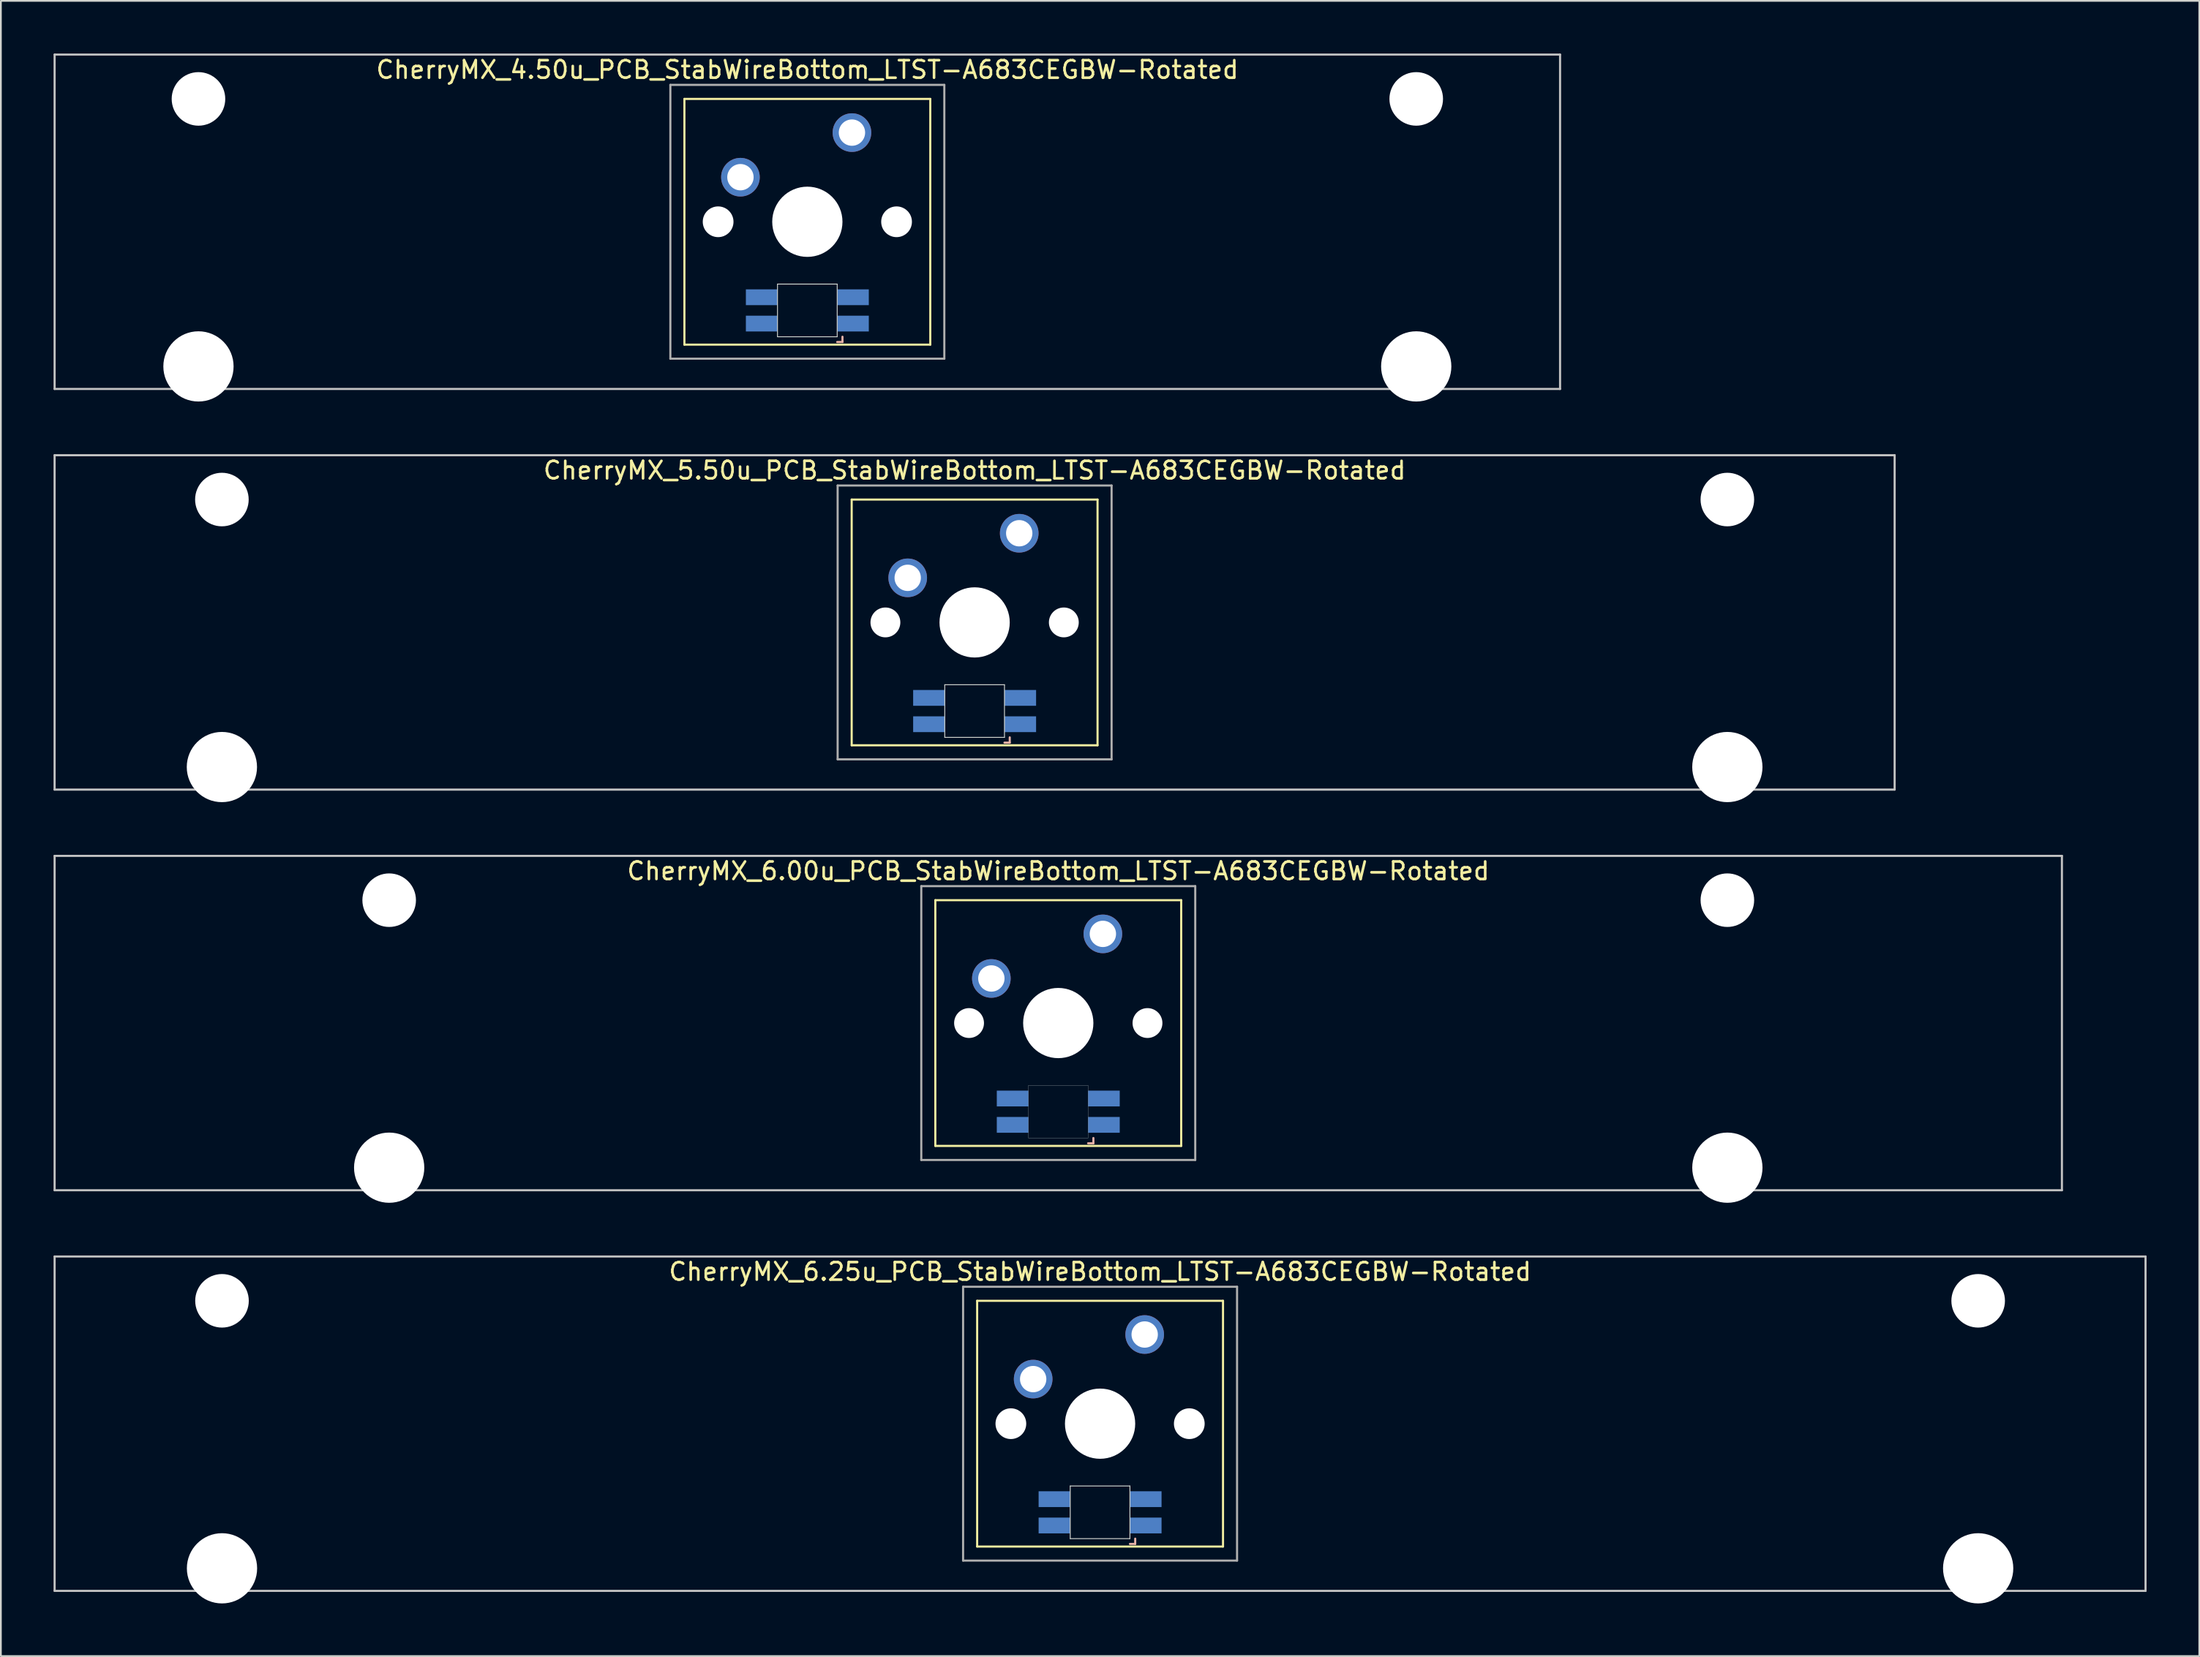
<source format=kicad_pcb>
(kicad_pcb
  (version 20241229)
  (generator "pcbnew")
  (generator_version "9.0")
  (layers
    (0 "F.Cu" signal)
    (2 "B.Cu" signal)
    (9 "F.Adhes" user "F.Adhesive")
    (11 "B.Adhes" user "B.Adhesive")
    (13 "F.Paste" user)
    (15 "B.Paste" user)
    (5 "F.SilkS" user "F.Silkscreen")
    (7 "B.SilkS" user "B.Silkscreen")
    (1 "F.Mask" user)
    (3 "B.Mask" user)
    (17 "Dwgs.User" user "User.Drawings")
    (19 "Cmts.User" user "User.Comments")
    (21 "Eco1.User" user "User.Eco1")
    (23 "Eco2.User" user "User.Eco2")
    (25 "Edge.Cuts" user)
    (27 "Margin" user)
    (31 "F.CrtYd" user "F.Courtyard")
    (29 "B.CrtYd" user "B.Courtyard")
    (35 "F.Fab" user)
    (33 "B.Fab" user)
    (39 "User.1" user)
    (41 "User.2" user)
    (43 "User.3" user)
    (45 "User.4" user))
  (footprint "CherryMX_4.50u_PCB_StabWireBottom_LTST-A683CEGBW-Rotated"
    (layer "F.Cu")
    (at 42.922 9.585)
    (property "Reference" "CherryMX_4.50u_PCB_StabWireBottom_LTST-A683CEGBW-Rotated" (at 0 -8.662 0) (layer "F.SilkS") (effects (font (size 1 1) (thickness 0.15))))
    (attr through_hole)
    (fp_line (start -7 -7) (end -7 7) (stroke (width 0.12) (type solid)) (layer "F.SilkS"))
    (fp_line (start -7 -7) (end 7 -7) (stroke (width 0.12) (type solid)) (layer "F.SilkS"))
    (fp_line (start 7 -7) (end 7 7) (stroke (width 0.12) (type solid)) (layer "F.SilkS"))
    (fp_line (start 7 7) (end -7 7) (stroke (width 0.12) (type solid)) (layer "F.SilkS"))
    (fp_line (start 1.7 6.85) (end 2 6.85) (stroke (width 0.12) (type solid)) (layer "B.SilkS"))
    (fp_line (start 2 6.85) (end 2 6.55) (stroke (width 0.12) (type solid)) (layer "B.SilkS"))
    (fp_line (start -42.862 -9.525) (end 42.862 -9.525) (stroke (width 0.12) (type solid)) (layer "Dwgs.User"))
    (fp_line (start -42.862 9.525) (end -42.862 -9.525) (stroke (width 0.12) (type solid)) (layer "Dwgs.User"))
    (fp_line (start 42.862 -9.525) (end 42.862 9.525) (stroke (width 0.12) (type solid)) (layer "Dwgs.User"))
    (fp_line (start 42.862 9.525) (end -42.862 9.525) (stroke (width 0.12) (type solid)) (layer "Dwgs.User"))
    (fp_line (start -1.7 3.55) (end 1.7 3.55) (stroke (width 0.05) (type solid)) (layer "Edge.Cuts"))
    (fp_line (start -1.7 6.55) (end -1.7 3.55) (stroke (width 0.05) (type solid)) (layer "Edge.Cuts"))
    (fp_line (start 1.7 3.55) (end 1.7 6.55) (stroke (width 0.05) (type solid)) (layer "Edge.Cuts"))
    (fp_line (start 1.7 6.55) (end -1.7 6.55) (stroke (width 0.05) (type solid)) (layer "Edge.Cuts"))
    (fp_line (start -7.8 -7.8) (end -7.8 7.8) (stroke (width 0.12) (type solid)) (layer "F.Fab"))
    (fp_line (start -7.8 -7.8) (end 7.8 -7.8) (stroke (width 0.12) (type solid)) (layer "F.Fab"))
    (fp_line (start -7.8 7.8) (end 7.8 7.8) (stroke (width 0.12) (type solid)) (layer "F.Fab"))
    (fp_line (start 7.8 -7.8) (end 7.8 7.8) (stroke (width 0.12) (type solid)) (layer "F.Fab"))
    (pad "" np_thru_hole circle (at -34.671 -7) (size 3.05 3.05) (drill 3.05) (layers "*.Cu" "*.Mask"))
    (pad "" np_thru_hole circle (at -34.671 8.24) (size 4 4) (drill 4) (layers "*.Cu" "*.Mask"))
    (pad "" np_thru_hole circle (at -5.08 0) (size 1.75 1.75) (drill 1.75) (layers "*.Cu" "*.Mask"))
    (pad "" np_thru_hole circle (at 0 0) (size 4 4) (drill 4) (layers "*.Cu" "*.Mask"))
    (pad "" np_thru_hole circle (at 5.08 0) (size 1.75 1.75) (drill 1.75) (layers "*.Cu" "*.Mask"))
    (pad "" np_thru_hole circle (at 34.671 -7) (size 3.05 3.05) (drill 3.05) (layers "*.Cu" "*.Mask"))
    (pad "" np_thru_hole circle (at 34.671 8.24) (size 4 4) (drill 4) (layers "*.Cu" "*.Mask"))
    (pad "1" thru_hole circle (at -3.81 -2.54) (size 2.2 2.2) (drill 1.5) (layers "*.Cu" "*.Mask"))
    (pad "2" thru_hole circle (at 2.54 -5.08) (size 2.2 2.2) (drill 1.5) (layers "*.Cu" "*.Mask"))
    (pad "3" smd rect (at 2.6 5.8 180) (size 1.8 0.9) (layers "B.Cu" "B.Mask" "B.Paste"))
    (pad "4" smd rect (at 2.6 4.3 180) (size 1.8 0.9) (layers "B.Cu" "B.Mask" "B.Paste"))
    (pad "5" smd rect (at -2.6 5.8 180) (size 1.8 0.9) (layers "B.Cu" "B.Mask" "B.Paste"))
    (pad "6" smd rect (at -2.6 4.3 180) (size 1.8 0.9) (layers "B.Cu" "B.Mask" "B.Paste")))
  (footprint "CherryMX_6.25u_PCB_StabWireBottom_LTST-A683CEGBW-Rotated"
    (layer "F.Cu")
    (at 59.591 78.06)
    (property "Reference" "CherryMX_6.25u_PCB_StabWireBottom_LTST-A683CEGBW-Rotated" (at 0 -8.662 0) (layer "F.SilkS") (effects (font (size 1 1) (thickness 0.15))))
    (attr through_hole)
    (fp_line (start -7 -7) (end -7 7) (stroke (width 0.12) (type solid)) (layer "F.SilkS"))
    (fp_line (start -7 -7) (end 7 -7) (stroke (width 0.12) (type solid)) (layer "F.SilkS"))
    (fp_line (start 7 -7) (end 7 7) (stroke (width 0.12) (type solid)) (layer "F.SilkS"))
    (fp_line (start 7 7) (end -7 7) (stroke (width 0.12) (type solid)) (layer "F.SilkS"))
    (fp_line (start 1.7 6.85) (end 2 6.85) (stroke (width 0.12) (type solid)) (layer "B.SilkS"))
    (fp_line (start 2 6.85) (end 2 6.55) (stroke (width 0.12) (type solid)) (layer "B.SilkS"))
    (fp_line (start -59.531 -9.525) (end 59.531 -9.525) (stroke (width 0.12) (type solid)) (layer "Dwgs.User"))
    (fp_line (start -59.531 9.525) (end -59.531 -9.525) (stroke (width 0.12) (type solid)) (layer "Dwgs.User"))
    (fp_line (start 59.531 -9.525) (end 59.531 9.525) (stroke (width 0.12) (type solid)) (layer "Dwgs.User"))
    (fp_line (start 59.531 9.525) (end -59.531 9.525) (stroke (width 0.12) (type solid)) (layer "Dwgs.User"))
    (fp_line (start -1.7 3.55) (end 1.7 3.55) (stroke (width 0.05) (type solid)) (layer "Edge.Cuts"))
    (fp_line (start -1.7 6.55) (end -1.7 3.55) (stroke (width 0.05) (type solid)) (layer "Edge.Cuts"))
    (fp_line (start 1.7 3.55) (end 1.7 6.55) (stroke (width 0.05) (type solid)) (layer "Edge.Cuts"))
    (fp_line (start 1.7 6.55) (end -1.7 6.55) (stroke (width 0.05) (type solid)) (layer "Edge.Cuts"))
    (fp_line (start -7.8 -7.8) (end -7.8 7.8) (stroke (width 0.12) (type solid)) (layer "F.Fab"))
    (fp_line (start -7.8 -7.8) (end 7.8 -7.8) (stroke (width 0.12) (type solid)) (layer "F.Fab"))
    (fp_line (start -7.8 7.8) (end 7.8 7.8) (stroke (width 0.12) (type solid)) (layer "F.Fab"))
    (fp_line (start 7.8 -7.8) (end 7.8 7.8) (stroke (width 0.12) (type solid)) (layer "F.Fab"))
    (pad "" np_thru_hole circle (at -50 -7) (size 3.05 3.05) (drill 3.05) (layers "*.Cu" "*.Mask"))
    (pad "" np_thru_hole circle (at -50 8.24) (size 4 4) (drill 4) (layers "*.Cu" "*.Mask"))
    (pad "" np_thru_hole circle (at -5.08 0) (size 1.75 1.75) (drill 1.75) (layers "*.Cu" "*.Mask"))
    (pad "" np_thru_hole circle (at 0 0) (size 4 4) (drill 4) (layers "*.Cu" "*.Mask"))
    (pad "" np_thru_hole circle (at 5.08 0) (size 1.75 1.75) (drill 1.75) (layers "*.Cu" "*.Mask"))
    (pad "" np_thru_hole circle (at 50 -7) (size 3.05 3.05) (drill 3.05) (layers "*.Cu" "*.Mask"))
    (pad "" np_thru_hole circle (at 50 8.24) (size 4 4) (drill 4) (layers "*.Cu" "*.Mask"))
    (pad "1" thru_hole circle (at -3.81 -2.54) (size 2.2 2.2) (drill 1.5) (layers "*.Cu" "*.Mask"))
    (pad "2" thru_hole circle (at 2.54 -5.08) (size 2.2 2.2) (drill 1.5) (layers "*.Cu" "*.Mask"))
    (pad "3" smd rect (at 2.6 5.8) (size 1.8 0.9) (layers "B.Cu" "B.Mask" "B.Paste"))
    (pad "4" smd rect (at 2.6 4.3) (size 1.8 0.9) (layers "B.Cu" "B.Mask" "B.Paste"))
    (pad "5" smd rect (at -2.6 5.8) (size 1.8 0.9) (layers "B.Cu" "B.Mask" "B.Paste"))
    (pad "6" smd rect (at -2.6 4.3) (size 1.8 0.9) (layers "B.Cu" "B.Mask" "B.Paste")))
  (footprint "CherryMX_5.50u_PCB_StabWireBottom_LTST-A683CEGBW-Rotated"
    (layer "F.Cu")
    (at 52.447 32.41)
    (property "Reference" "CherryMX_5.50u_PCB_StabWireBottom_LTST-A683CEGBW-Rotated" (at 0 -8.662 0) (layer "F.SilkS") (effects (font (size 1 1) (thickness 0.15))))
    (attr through_hole)
    (fp_line (start -7 -7) (end -7 7) (stroke (width 0.12) (type solid)) (layer "F.SilkS"))
    (fp_line (start -7 -7) (end 7 -7) (stroke (width 0.12) (type solid)) (layer "F.SilkS"))
    (fp_line (start 7 -7) (end 7 7) (stroke (width 0.12) (type solid)) (layer "F.SilkS"))
    (fp_line (start 7 7) (end -7 7) (stroke (width 0.12) (type solid)) (layer "F.SilkS"))
    (fp_line (start 1.7 6.85) (end 2 6.85) (stroke (width 0.12) (type solid)) (layer "B.SilkS"))
    (fp_line (start 2 6.85) (end 2 6.55) (stroke (width 0.12) (type solid)) (layer "B.SilkS"))
    (fp_line (start -52.388 -9.525) (end 52.388 -9.525) (stroke (width 0.12) (type solid)) (layer "Dwgs.User"))
    (fp_line (start -52.388 9.525) (end -52.388 -9.525) (stroke (width 0.12) (type solid)) (layer "Dwgs.User"))
    (fp_line (start 52.388 -9.525) (end 52.388 9.525) (stroke (width 0.12) (type solid)) (layer "Dwgs.User"))
    (fp_line (start 52.388 9.525) (end -52.388 9.525) (stroke (width 0.12) (type solid)) (layer "Dwgs.User"))
    (fp_line (start -1.7 3.55) (end 1.7 3.55) (stroke (width 0.05) (type solid)) (layer "Edge.Cuts"))
    (fp_line (start -1.7 6.55) (end -1.7 3.55) (stroke (width 0.05) (type solid)) (layer "Edge.Cuts"))
    (fp_line (start 1.7 3.55) (end 1.7 6.55) (stroke (width 0.05) (type solid)) (layer "Edge.Cuts"))
    (fp_line (start 1.7 6.55) (end -1.7 6.55) (stroke (width 0.05) (type solid)) (layer "Edge.Cuts"))
    (fp_line (start -7.8 -7.8) (end -7.8 7.8) (stroke (width 0.12) (type solid)) (layer "F.Fab"))
    (fp_line (start -7.8 -7.8) (end 7.8 -7.8) (stroke (width 0.12) (type solid)) (layer "F.Fab"))
    (fp_line (start -7.8 7.8) (end 7.8 7.8) (stroke (width 0.12) (type solid)) (layer "F.Fab"))
    (fp_line (start 7.8 -7.8) (end 7.8 7.8) (stroke (width 0.12) (type solid)) (layer "F.Fab"))
    (pad "" np_thru_hole circle (at -42.862 -7) (size 3.05 3.05) (drill 3.05) (layers "*.Cu" "*.Mask"))
    (pad "" np_thru_hole circle (at -42.862 8.24) (size 4 4) (drill 4) (layers "*.Cu" "*.Mask"))
    (pad "" np_thru_hole circle (at -5.08 0) (size 1.7 1.7) (drill 1.7) (layers "*.Cu" "*.Mask"))
    (pad "" np_thru_hole circle (at 0 0) (size 4 4) (drill 4) (layers "*.Cu" "*.Mask"))
    (pad "" np_thru_hole circle (at 5.08 0) (size 1.7 1.7) (drill 1.7) (layers "*.Cu" "*.Mask"))
    (pad "" np_thru_hole circle (at 42.862 -7) (size 3.05 3.05) (drill 3.05) (layers "*.Cu" "*.Mask"))
    (pad "" np_thru_hole circle (at 42.862 8.24) (size 4 4) (drill 4) (layers "*.Cu" "*.Mask"))
    (pad "1" thru_hole circle (at -3.81 -2.54) (size 2.2 2.2) (drill 1.5) (layers "*.Cu" "*.Mask"))
    (pad "2" thru_hole circle (at 2.54 -5.08) (size 2.2 2.2) (drill 1.5) (layers "*.Cu" "*.Mask"))
    (pad "3" smd rect (at 2.6 5.8 180) (size 1.8 0.9) (layers "B.Cu" "B.Mask" "B.Paste"))
    (pad "4" smd rect (at 2.6 4.3 180) (size 1.8 0.9) (layers "B.Cu" "B.Mask" "B.Paste"))
    (pad "5" smd rect (at -2.6 5.8 180) (size 1.8 0.9) (layers "B.Cu" "B.Mask" "B.Paste"))
    (pad "6" smd rect (at -2.6 4.3 180) (size 1.8 0.9) (layers "B.Cu" "B.Mask" "B.Paste")))
  (footprint "CherryMX_6.00u_PCB_StabWireBottom_LTST-A683CEGBW-Rotated"
    (layer "F.Cu")
    (at 57.21 55.235)
    (property "Reference" "CherryMX_6.00u_PCB_StabWireBottom_LTST-A683CEGBW-Rotated" (at 0 -8.662 0) (layer "F.SilkS") (effects (font (size 1 1) (thickness 0.15))))
    (attr through_hole)
    (fp_line (start -7 -7) (end -7 7) (stroke (width 0.12) (type solid)) (layer "F.SilkS"))
    (fp_line (start -7 -7) (end 7 -7) (stroke (width 0.12) (type solid)) (layer "F.SilkS"))
    (fp_line (start 7 -7) (end 7 7) (stroke (width 0.12) (type solid)) (layer "F.SilkS"))
    (fp_line (start 7 7) (end -7 7) (stroke (width 0.12) (type solid)) (layer "F.SilkS"))
    (fp_line (start 1.7 6.85) (end 2 6.85) (stroke (width 0.12) (type solid)) (layer "B.SilkS"))
    (fp_line (start 2 6.85) (end 2 6.55) (stroke (width 0.12) (type solid)) (layer "B.SilkS"))
    (fp_line (start -57.15 -9.525) (end 57.15 -9.525) (stroke (width 0.12) (type solid)) (layer "Dwgs.User"))
    (fp_line (start -57.15 9.525) (end -57.15 -9.525) (stroke (width 0.12) (type solid)) (layer "Dwgs.User"))
    (fp_line (start 57.15 -9.525) (end 57.15 9.525) (stroke (width 0.12) (type solid)) (layer "Dwgs.User"))
    (fp_line (start 57.15 9.525) (end -57.15 9.525) (stroke (width 0.12) (type solid)) (layer "Dwgs.User"))
    (fp_poly (pts (xy -1.7 3.55) (xy 1.7 3.55) (xy 1.7 6.55) (xy -1.7 6.55)) (stroke (width 0.01) (type solid)) (fill no) (layer "Edge.Cuts"))
    (fp_line (start -7.8 -7.8) (end -7.8 7.8) (stroke (width 0.12) (type solid)) (layer "F.Fab"))
    (fp_line (start -7.8 -7.8) (end 7.8 -7.8) (stroke (width 0.12) (type solid)) (layer "F.Fab"))
    (fp_line (start -7.8 7.8) (end 7.8 7.8) (stroke (width 0.12) (type solid)) (layer "F.Fab"))
    (fp_line (start 7.8 -7.8) (end 7.8 7.8) (stroke (width 0.12) (type solid)) (layer "F.Fab"))
    (pad "" np_thru_hole circle (at -38.1 -7) (size 3.05 3.05) (drill 3.05) (layers "*.Cu" "*.Mask"))
    (pad "" np_thru_hole circle (at -38.1 8.24) (size 4 4) (drill 4) (layers "*.Cu" "*.Mask"))
    (pad "" np_thru_hole circle (at -5.08 0) (size 1.7 1.7) (drill 1.7) (layers "*.Cu" "*.Mask"))
    (pad "" np_thru_hole circle (at 0 0) (size 4 4) (drill 4) (layers "*.Cu" "*.Mask"))
    (pad "" np_thru_hole circle (at 5.08 0) (size 1.7 1.7) (drill 1.7) (layers "*.Cu" "*.Mask"))
    (pad "" np_thru_hole circle (at 38.1 -7) (size 3.05 3.05) (drill 3.05) (layers "*.Cu" "*.Mask"))
    (pad "" np_thru_hole circle (at 38.1 8.24) (size 4 4) (drill 4) (layers "*.Cu" "*.Mask"))
    (pad "1" thru_hole circle (at -3.81 -2.54) (size 2.2 2.2) (drill 1.5) (layers "*.Cu" "*.Mask"))
    (pad "2" thru_hole circle (at 2.54 -5.08) (size 2.2 2.2) (drill 1.5) (layers "*.Cu" "*.Mask"))
    (pad "3" smd rect (at 2.6 5.8 180) (size 1.8 0.9) (layers "B.Cu" "B.Mask" "B.Paste"))
    (pad "4" smd rect (at 2.6 4.3 180) (size 1.8 0.9) (layers "B.Cu" "B.Mask" "B.Paste"))
    (pad "5" smd rect (at -2.6 5.8 180) (size 1.8 0.9) (layers "B.Cu" "B.Mask" "B.Paste"))
    (pad "6" smd rect (at -2.6 4.3 180) (size 1.8 0.9) (layers "B.Cu" "B.Mask" "B.Paste")))
  (gr_rect
    (start -3 -3)
    (end 122.183 91.3)
    (stroke (width 0.1) (type default))
    (fill no)
    (layer "Edge.Cuts")))
</source>
